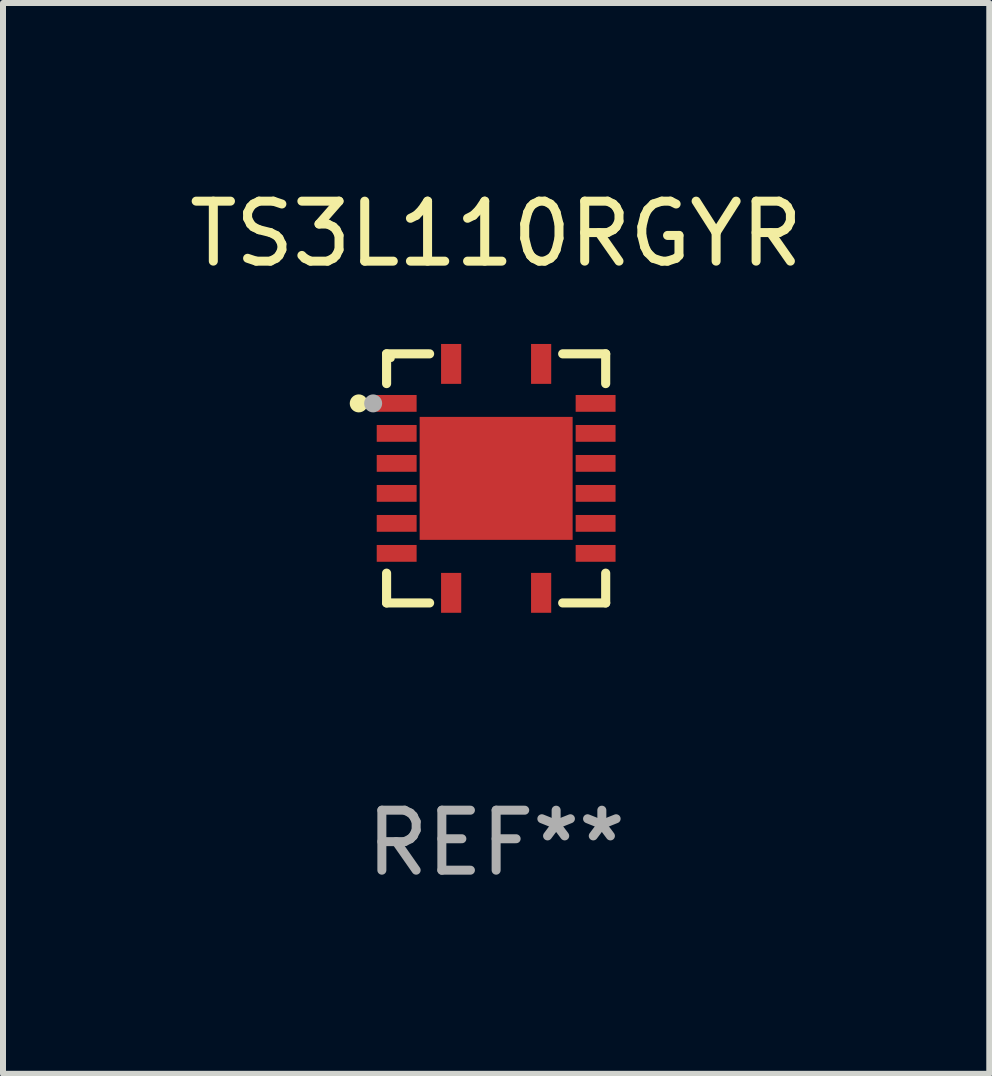
<source format=kicad_pcb>
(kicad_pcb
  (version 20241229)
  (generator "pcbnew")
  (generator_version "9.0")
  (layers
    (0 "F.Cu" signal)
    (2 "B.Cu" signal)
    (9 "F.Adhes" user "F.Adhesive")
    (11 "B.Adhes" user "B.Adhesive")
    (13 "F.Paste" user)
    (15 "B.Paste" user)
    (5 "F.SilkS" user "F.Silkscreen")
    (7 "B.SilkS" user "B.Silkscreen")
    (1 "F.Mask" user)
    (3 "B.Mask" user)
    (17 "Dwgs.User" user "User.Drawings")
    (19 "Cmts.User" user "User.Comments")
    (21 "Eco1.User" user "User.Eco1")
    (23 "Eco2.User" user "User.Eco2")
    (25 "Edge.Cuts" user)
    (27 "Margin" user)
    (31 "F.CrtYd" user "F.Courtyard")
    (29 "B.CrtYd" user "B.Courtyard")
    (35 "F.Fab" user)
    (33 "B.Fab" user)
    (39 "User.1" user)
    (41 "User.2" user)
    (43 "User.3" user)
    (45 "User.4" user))
  (footprint "TS3L110RGYR"
    (layer "F.Cu")
    (at 5.22 4.924)
    (property "Reference" "TS3L110RGYR" (at 0 -4.076 0) (layer "F.SilkS") (effects (font (size 1 1) (thickness 0.15))))
    (attr through_hole)
    (fp_line (start -1.826 -2.076) (end -1.826 -1.58) (stroke (width 0.152) (type solid)) (layer "F.SilkS"))
    (fp_line (start -1.826 2.076) (end -1.826 1.58) (stroke (width 0.152) (type solid)) (layer "F.SilkS"))
    (fp_line (start -1.109 -2.076) (end -1.826 -2.076) (stroke (width 0.152) (type solid)) (layer "F.SilkS"))
    (fp_line (start -1.109 2.076) (end -1.826 2.076) (stroke (width 0.152) (type solid)) (layer "F.SilkS"))
    (fp_line (start 1.109 -2.076) (end 1.826 -2.076) (stroke (width 0.152) (type solid)) (layer "F.SilkS"))
    (fp_line (start 1.109 2.076) (end 1.826 2.076) (stroke (width 0.152) (type solid)) (layer "F.SilkS"))
    (fp_line (start 1.826 -2.076) (end 1.826 -1.58) (stroke (width 0.152) (type solid)) (layer "F.SilkS"))
    (fp_line (start 1.826 2.076) (end 1.826 1.58) (stroke (width 0.152) (type solid)) (layer "F.SilkS"))
    (fp_circle (center -2.29 -1.25) (end -2.215 -1.25) (stroke (width 0.15) (type solid)) (fill no) (layer "F.SilkS"))
    (fp_circle (center -1.75 -2) (end -1.72 -2) (stroke (width 0.06) (type solid)) (fill no) (layer "F.SilkS"))
    (fp_circle (center -2.05 -1.25) (end -1.975 -1.25) (stroke (width 0.15) (type solid)) (fill no) (layer "F.Fab"))
    (fp_text user "REF**" (at 0 6.076 0) (layer "F.Fab") (effects (font (size 1 1) (thickness 0.15))))
    (pad "1" smd rect (at -1.658 -1.25) (size 0.665 0.28) (layers "F.Cu" "F.Mask" "F.Paste"))
    (pad "2" smd rect (at -1.658 -0.75) (size 0.665 0.28) (layers "F.Cu" "F.Mask" "F.Paste"))
    (pad "3" smd rect (at -1.658 -0.25) (size 0.665 0.28) (layers "F.Cu" "F.Mask" "F.Paste"))
    (pad "4" smd rect (at -1.658 0.25) (size 0.665 0.28) (layers "F.Cu" "F.Mask" "F.Paste"))
    (pad "5" smd rect (at -1.658 0.75) (size 0.665 0.28) (layers "F.Cu" "F.Mask" "F.Paste"))
    (pad "6" smd rect (at -1.658 1.25) (size 0.665 0.28) (layers "F.Cu" "F.Mask" "F.Paste"))
    (pad "7" smd rect (at -0.75 1.908) (size 0.336 0.665) (layers "F.Cu" "F.Mask" "F.Paste"))
    (pad "8" smd rect (at 0.75 1.908) (size 0.336 0.665) (layers "F.Cu" "F.Mask" "F.Paste"))
    (pad "9" smd rect (at 1.658 1.25) (size 0.665 0.28) (layers "F.Cu" "F.Mask" "F.Paste"))
    (pad "10" smd rect (at 1.658 0.75) (size 0.665 0.28) (layers "F.Cu" "F.Mask" "F.Paste"))
    (pad "11" smd rect (at 1.658 0.25) (size 0.665 0.28) (layers "F.Cu" "F.Mask" "F.Paste"))
    (pad "12" smd rect (at 1.658 -0.25) (size 0.665 0.28) (layers "F.Cu" "F.Mask" "F.Paste"))
    (pad "13" smd rect (at 1.658 -0.75) (size 0.665 0.28) (layers "F.Cu" "F.Mask" "F.Paste"))
    (pad "14" smd rect (at 1.658 -1.25) (size 0.665 0.28) (layers "F.Cu" "F.Mask" "F.Paste"))
    (pad "15" smd rect (at 0.75 -1.908) (size 0.336 0.665) (layers "F.Cu" "F.Mask" "F.Paste"))
    (pad "16" smd rect (at -0.75 -1.908) (size 0.336 0.665) (layers "F.Cu" "F.Mask" "F.Paste"))
    (pad "17" smd rect (at 0 0) (size 2.55 2.05) (layers "F.Cu" "F.Mask" "F.Paste")))
  (gr_rect
    (start -3 -3)
    (end 13.44 14.849)
    (stroke (width 0.1) (type default))
    (fill no)
    (layer "Edge.Cuts")))
</source>
